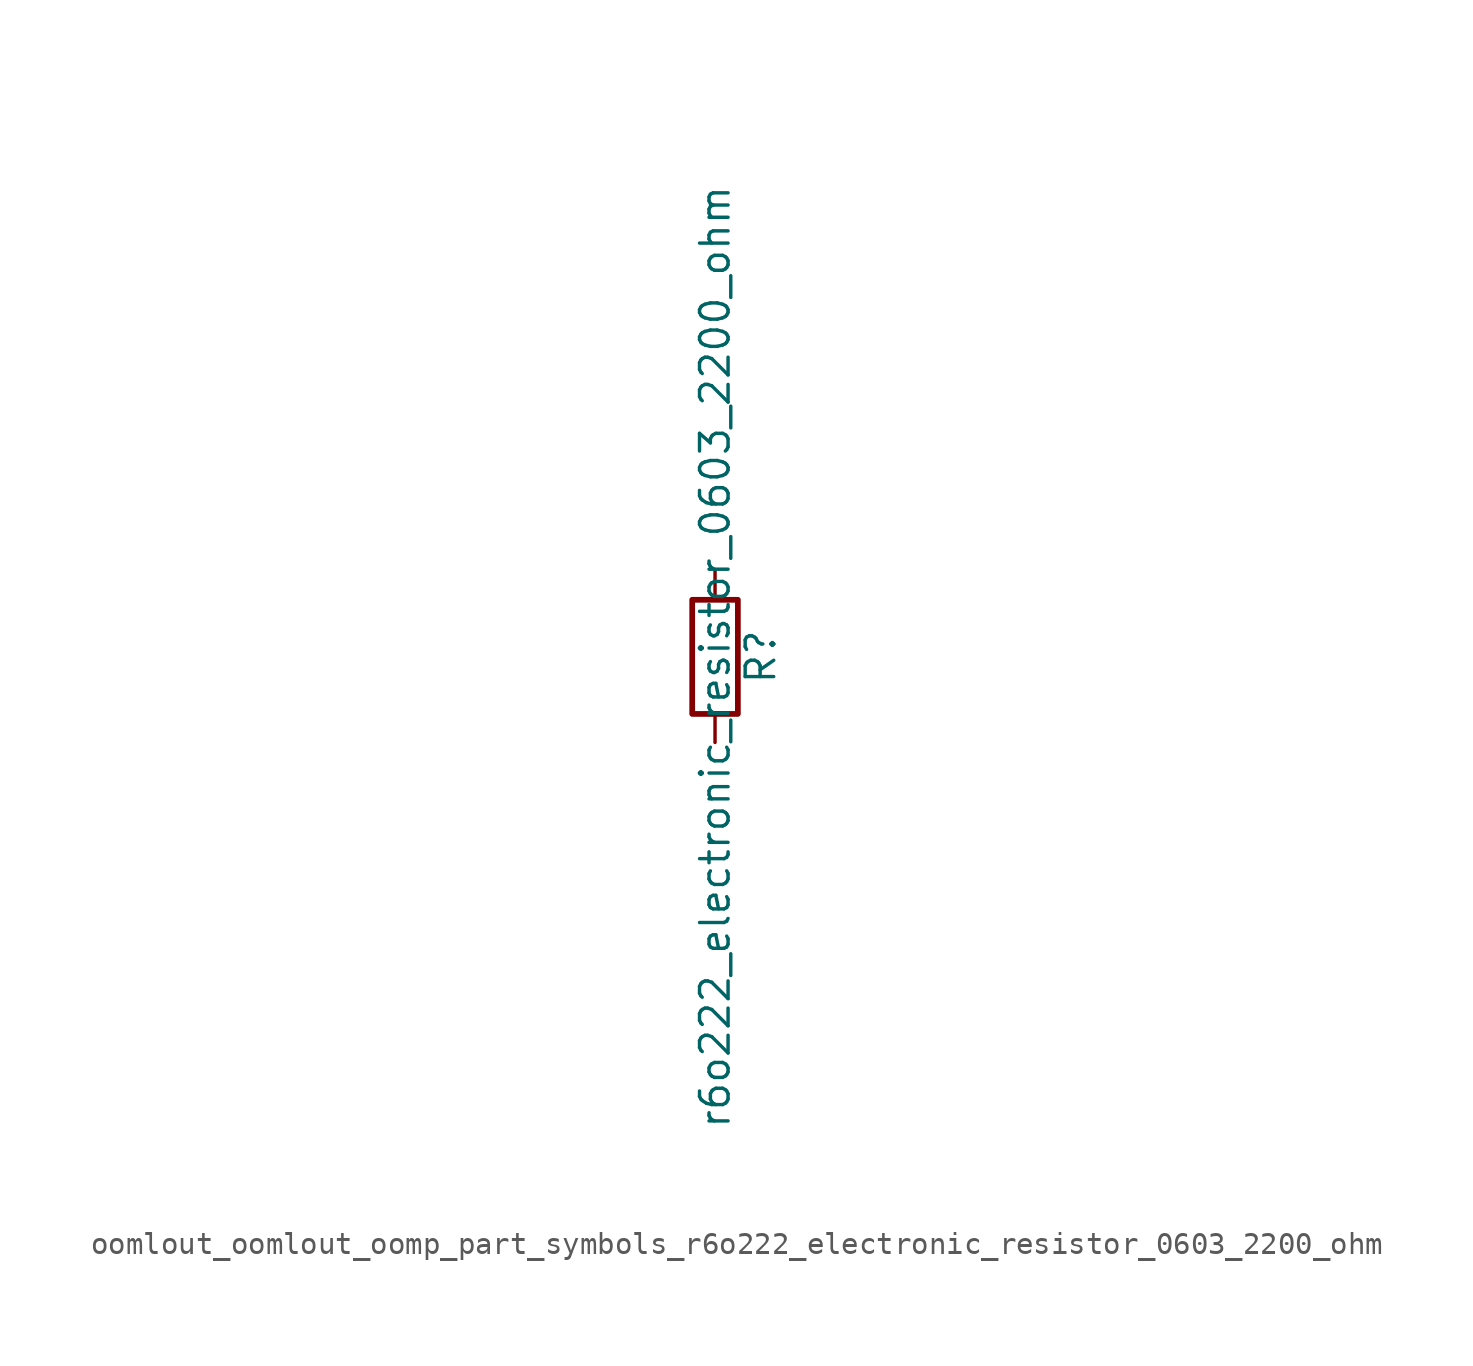
<source format=kicad_sym>
(kicad_symbol_lib
  (version 20220914)
  (generator kicad_symbol_editor)
  (symbol "oomlout_oomlout_oomp_part_symbols_r6o222_electronic_resistor_0603_2200_ohm"
    (pin_numbers hide)
    (pin_names
      (offset 0))
    (property "Reference" "R"
      (at 2.032 0 90)
      (effects (font (size 1.27 1.27))))
    (property "Value" "r6o222_electronic_resistor_0603_2200_ohm"
      (at 0 0 90)
      (effects (font (size 1.27 1.27))))
    (symbol "oomlout_oomlout_oomp_part_symbols_r6o222_electronic_resistor_0603_2200_ohm_0_1"
      (rectangle (start -1.016 -2.54) (end 1.016 2.54) (stroke (width 0.254) (type default)) (fill (type none))))
    (symbol "oomlout_oomlout_oomp_part_symbols_r6o222_electronic_resistor_0603_2200_ohm_1_1"
      (pin passive line (at 0 3.81 270) (length 1.27) (name "~" (effects (font (size 1.27 1.27)))) (number "1" (effects (font (size 1.27 1.27)))))
      (pin passive line (at 0 -3.81 90) (length 1.27) (name "~" (effects (font (size 1.27 1.27)))) (number "2" (effects (font (size 1.27 1.27))))))))
</source>
